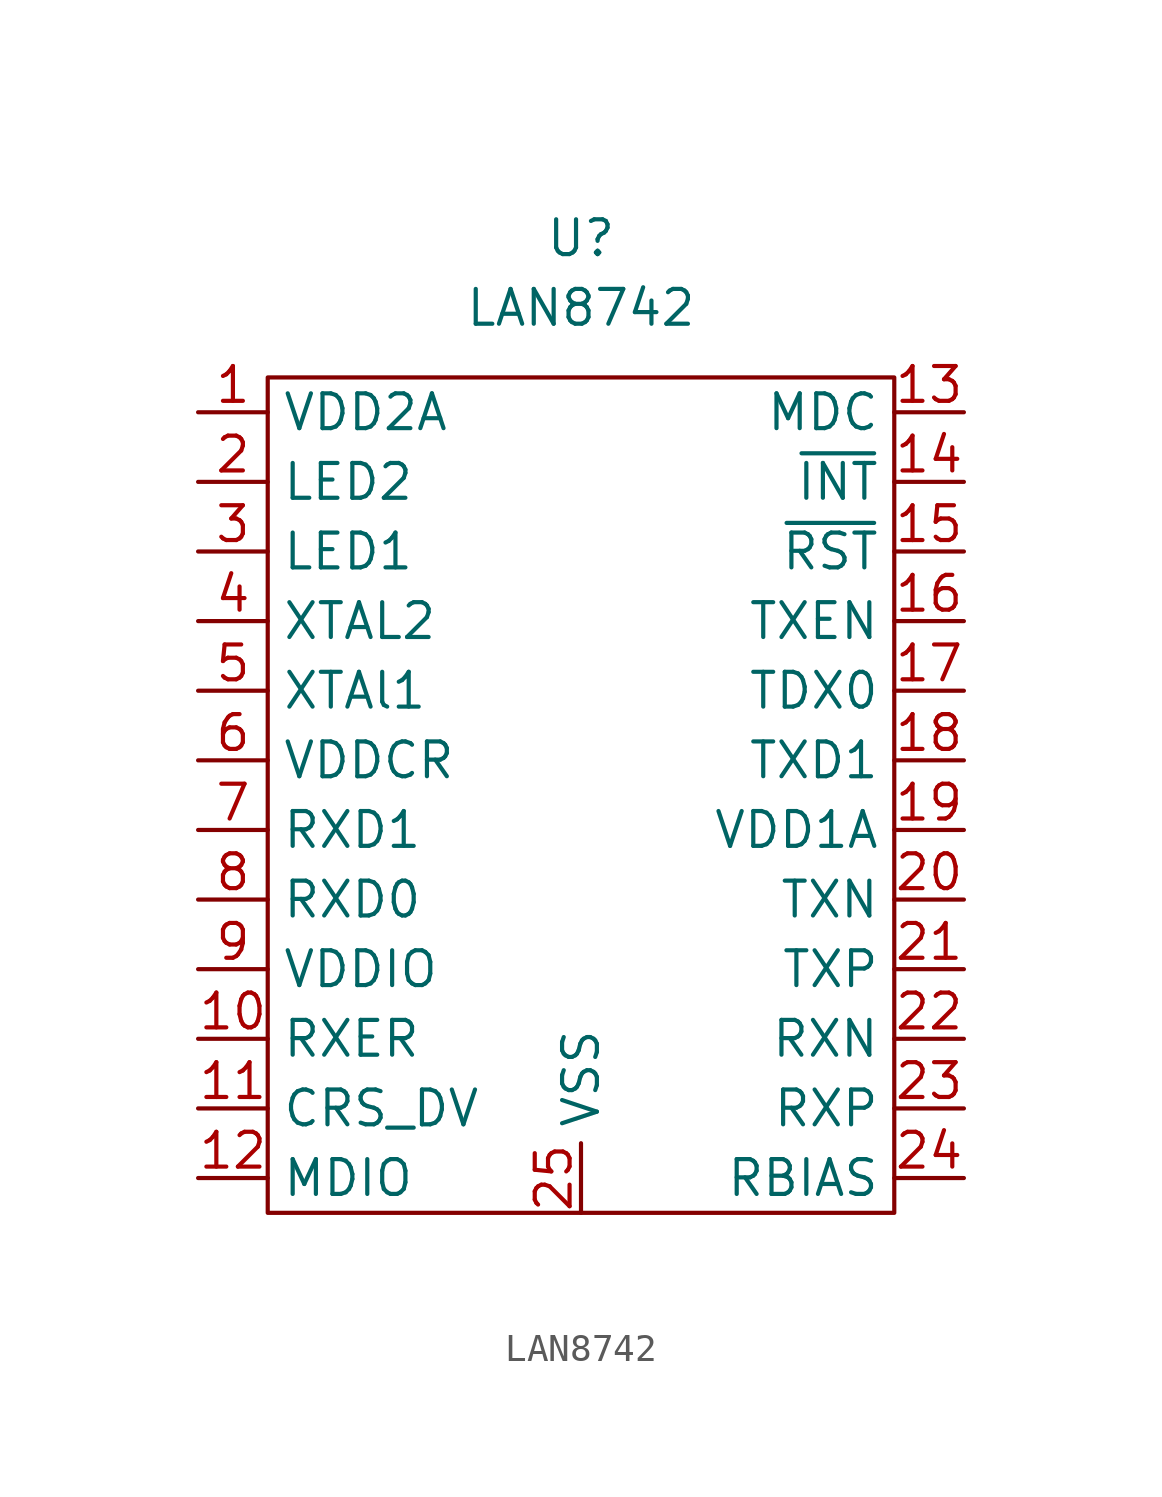
<source format=kicad_sym>
(kicad_symbol_lib
  (version 20211014)
  (generator kicad_symbol_editor)
  (symbol "LAN8742"
    (property "Reference" "U"
      (at 0 20.32 0)
      (effects (font (size 1.27 1.27))))
    (property "Value" "LAN8742"
      (at 0 17.78 0)
      (effects (font (size 1.27 1.27))))
    (symbol "LAN8742_0_1"
      (rectangle (start -11.43 15.24) (end 11.43 -15.24) (stroke (width 0) (type default) (color 0 0 0 0)) (fill (type none))))
    (symbol "LAN8742_1_0"
      (pin bidirectional line (at -13.97 -8.89 0) (length 2.54) (name "RXER" (effects (font (size 1.27 1.27)))) (number "10" (effects (font (size 1.27 1.27)))))
      (pin bidirectional line (at -13.97 -11.43 0) (length 2.54) (name "CRS_DV" (effects (font (size 1.27 1.27)))) (number "11" (effects (font (size 1.27 1.27)))))
      (pin bidirectional line (at -13.97 -13.97 0) (length 2.54) (name "MDIO" (effects (font (size 1.27 1.27)))) (number "12" (effects (font (size 1.27 1.27)))))
      (pin input line (at 13.97 13.97 180) (length 2.54) (name "MDC" (effects (font (size 1.27 1.27)))) (number "13" (effects (font (size 1.27 1.27)))))
      (pin bidirectional line (at 13.97 11.43 180) (length 2.54) (name "~{INT}" (effects (font (size 1.27 1.27)))) (number "14" (effects (font (size 1.27 1.27)))))
      (pin bidirectional line (at 13.97 8.89 180) (length 2.54) (name "~{RST}" (effects (font (size 1.27 1.27)))) (number "15" (effects (font (size 1.27 1.27)))))
      (pin input line (at 13.97 6.35 180) (length 2.54) (name "TXEN" (effects (font (size 1.27 1.27)))) (number "16" (effects (font (size 1.27 1.27)))))
      (pin input line (at 13.97 3.81 180) (length 2.54) (name "TDX0" (effects (font (size 1.27 1.27)))) (number "17" (effects (font (size 1.27 1.27)))))
      (pin input line (at 13.97 1.27 180) (length 2.54) (name "TXD1" (effects (font (size 1.27 1.27)))) (number "18" (effects (font (size 1.27 1.27)))))
      (pin power_in line (at 13.97 -1.27 180) (length 2.54) (name "VDD1A" (effects (font (size 1.27 1.27)))) (number "19" (effects (font (size 1.27 1.27)))))
      (pin output line (at -13.97 11.43 0) (length 2.54) (name "LED2" (effects (font (size 1.27 1.27)))) (number "2" (effects (font (size 1.27 1.27)))))
      (pin bidirectional line (at 13.97 -3.81 180) (length 2.54) (name "TXN" (effects (font (size 1.27 1.27)))) (number "20" (effects (font (size 1.27 1.27)))))
      (pin bidirectional line (at 13.97 -6.35 180) (length 2.54) (name "TXP" (effects (font (size 1.27 1.27)))) (number "21" (effects (font (size 1.27 1.27)))))
      (pin bidirectional line (at 13.97 -8.89 180) (length 2.54) (name "RXN" (effects (font (size 1.27 1.27)))) (number "22" (effects (font (size 1.27 1.27)))))
      (pin bidirectional line (at 13.97 -11.43 180) (length 2.54) (name "RXP" (effects (font (size 1.27 1.27)))) (number "23" (effects (font (size 1.27 1.27)))))
      (pin input line (at 13.97 -13.97 180) (length 2.54) (name "RBIAS" (effects (font (size 1.27 1.27)))) (number "24" (effects (font (size 1.27 1.27)))))
      (pin power_in line (at 0 -15.24 90) (length 2.54) (name "VSS" (effects (font (size 1.27 1.27)))) (number "25" (effects (font (size 1.27 1.27)))))
      (pin output line (at -13.97 8.89 0) (length 2.54) (name "LED1" (effects (font (size 1.27 1.27)))) (number "3" (effects (font (size 1.27 1.27)))))
      (pin output line (at -13.97 6.35 0) (length 2.54) (name "XTAL2" (effects (font (size 1.27 1.27)))) (number "4" (effects (font (size 1.27 1.27)))))
      (pin input line (at -13.97 3.81 0) (length 2.54) (name "XTAl1" (effects (font (size 1.27 1.27)))) (number "5" (effects (font (size 1.27 1.27)))))
      (pin power_out line (at -13.97 1.27 0) (length 2.54) (name "VDDCR" (effects (font (size 1.27 1.27)))) (number "6" (effects (font (size 1.27 1.27)))))
      (pin output line (at -13.97 -1.27 0) (length 2.54) (name "RXD1" (effects (font (size 1.27 1.27)))) (number "7" (effects (font (size 1.27 1.27)))))
      (pin output line (at -13.97 -3.81 0) (length 2.54) (name "RXD0" (effects (font (size 1.27 1.27)))) (number "8" (effects (font (size 1.27 1.27)))))
      (pin power_out line (at -13.97 -6.35 0) (length 2.54) (name "VDDIO" (effects (font (size 1.27 1.27)))) (number "9" (effects (font (size 1.27 1.27))))))
    (symbol "LAN8742_1_1"
      (pin power_in line (at -13.97 13.97 0) (length 2.54) (name "VDD2A" (effects (font (size 1.27 1.27)))) (number "1" (effects (font (size 1.27 1.27))))))))
</source>
